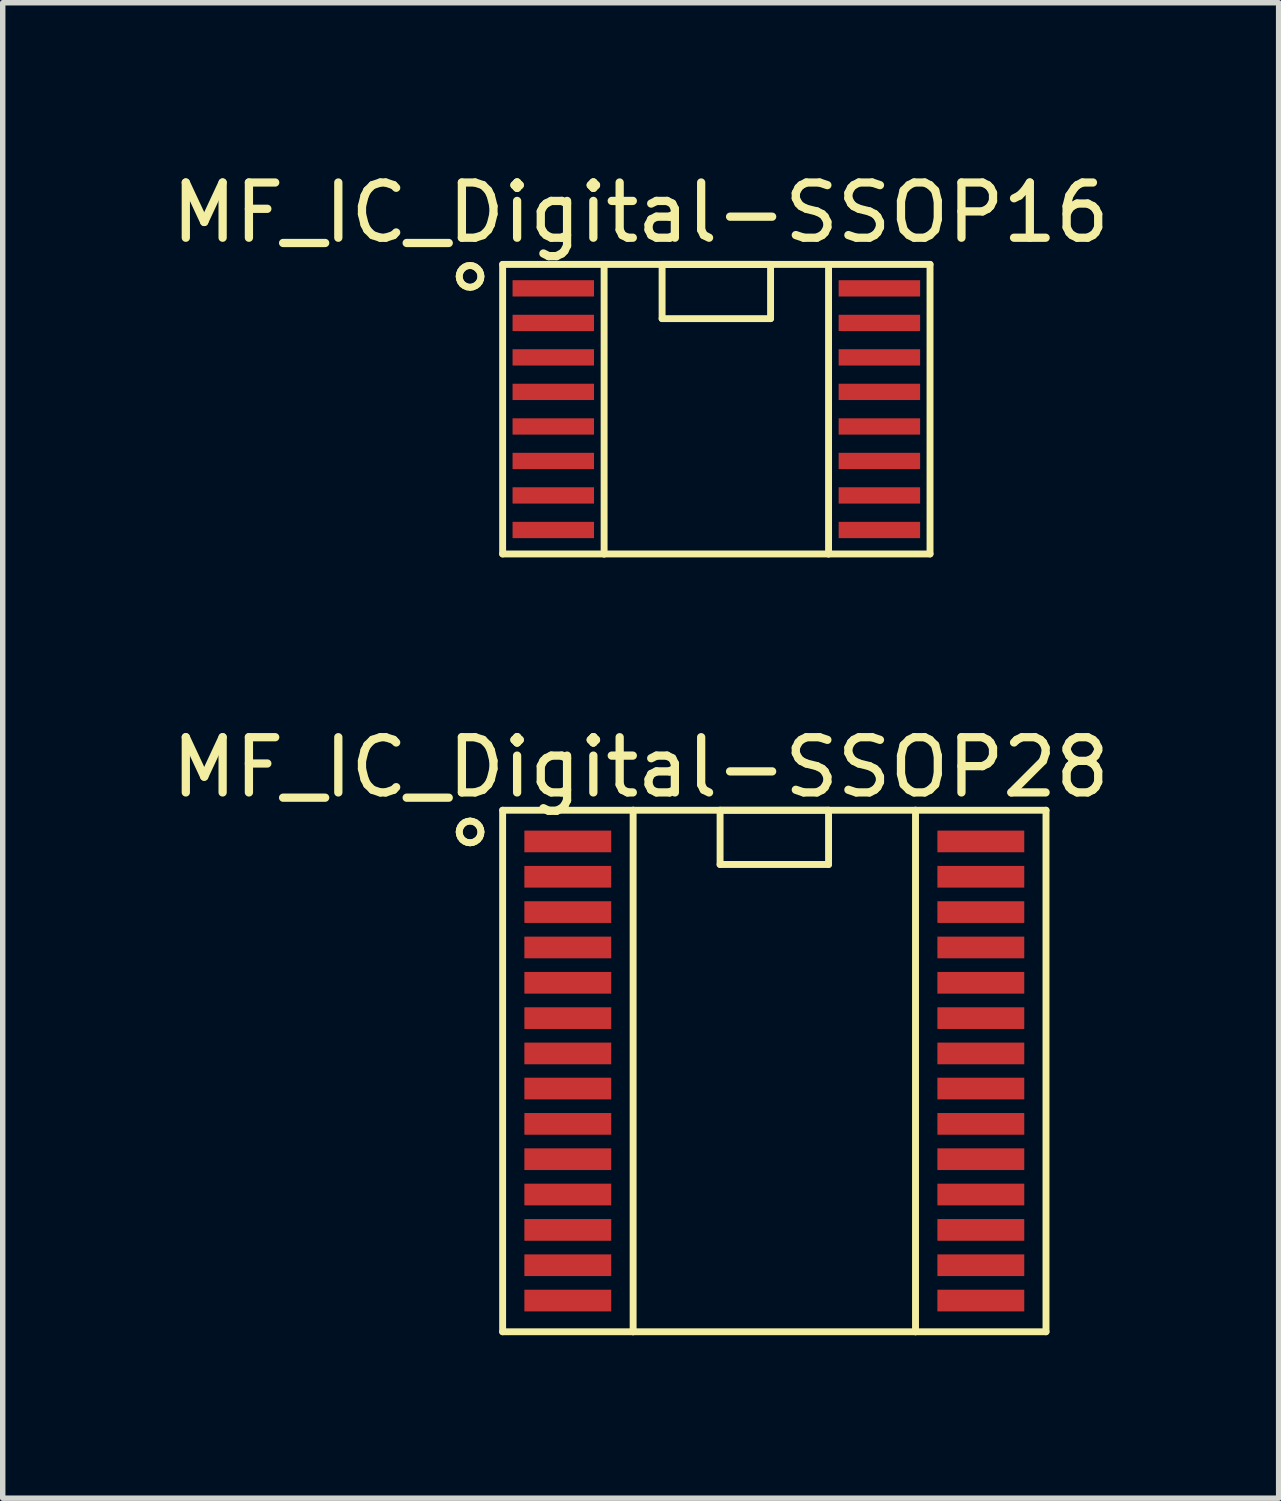
<source format=kicad_pcb>
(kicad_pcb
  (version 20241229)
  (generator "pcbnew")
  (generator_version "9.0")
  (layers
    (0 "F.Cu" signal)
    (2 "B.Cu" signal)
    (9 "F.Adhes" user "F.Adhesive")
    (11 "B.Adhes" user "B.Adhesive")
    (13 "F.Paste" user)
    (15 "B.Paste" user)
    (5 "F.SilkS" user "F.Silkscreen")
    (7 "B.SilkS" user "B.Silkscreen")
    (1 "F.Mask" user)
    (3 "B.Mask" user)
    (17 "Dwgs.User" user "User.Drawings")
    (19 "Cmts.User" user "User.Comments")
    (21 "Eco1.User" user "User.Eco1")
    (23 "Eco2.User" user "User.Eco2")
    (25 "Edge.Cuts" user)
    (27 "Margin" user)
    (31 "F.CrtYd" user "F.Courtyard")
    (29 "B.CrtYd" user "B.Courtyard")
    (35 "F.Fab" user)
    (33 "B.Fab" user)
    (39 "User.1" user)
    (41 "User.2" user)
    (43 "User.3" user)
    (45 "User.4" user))
  (footprint "MF_IC_Digital-SSOP28"
    (layer "F.Cu")
    (at 11.198 16.657)
    (property "Reference" "MF_IC_Digital-SSOP28" (at -2.459 -5.588 0) (layer "F.SilkS") (effects (font (size 1.016 1.016) (thickness 0.152))))
    (attr smd)
    (fp_line (start -5.799 -4.399) (end -5.791 -4.45) (stroke (width 0.127) (type solid)) (layer "F.SilkS"))
    (fp_line (start -5.791 -4.45) (end -5.771 -4.498) (stroke (width 0.127) (type solid)) (layer "F.SilkS"))
    (fp_line (start -5.791 -4.346) (end -5.799 -4.399) (stroke (width 0.127) (type solid)) (layer "F.SilkS"))
    (fp_line (start -5.771 -4.498) (end -5.74 -4.539) (stroke (width 0.127) (type solid)) (layer "F.SilkS"))
    (fp_line (start -5.771 -4.298) (end -5.791 -4.346) (stroke (width 0.127) (type solid)) (layer "F.SilkS"))
    (fp_line (start -5.74 -4.539) (end -5.7 -4.572) (stroke (width 0.127) (type solid)) (layer "F.SilkS"))
    (fp_line (start -5.74 -4.257) (end -5.771 -4.298) (stroke (width 0.127) (type solid)) (layer "F.SilkS"))
    (fp_line (start -5.7 -4.572) (end -5.652 -4.592) (stroke (width 0.127) (type solid)) (layer "F.SilkS"))
    (fp_line (start -5.7 -4.227) (end -5.74 -4.257) (stroke (width 0.127) (type solid)) (layer "F.SilkS"))
    (fp_line (start -5.652 -4.592) (end -5.598 -4.6) (stroke (width 0.127) (type solid)) (layer "F.SilkS"))
    (fp_line (start -5.652 -4.206) (end -5.7 -4.227) (stroke (width 0.127) (type solid)) (layer "F.SilkS"))
    (fp_line (start -5.598 -4.6) (end -5.547 -4.592) (stroke (width 0.127) (type solid)) (layer "F.SilkS"))
    (fp_line (start -5.598 -4.199) (end -5.652 -4.206) (stroke (width 0.127) (type solid)) (layer "F.SilkS"))
    (fp_line (start -5.547 -4.592) (end -5.499 -4.572) (stroke (width 0.127) (type solid)) (layer "F.SilkS"))
    (fp_line (start -5.547 -4.206) (end -5.598 -4.199) (stroke (width 0.127) (type solid)) (layer "F.SilkS"))
    (fp_line (start -5.499 -4.572) (end -5.458 -4.539) (stroke (width 0.127) (type solid)) (layer "F.SilkS"))
    (fp_line (start -5.499 -4.227) (end -5.547 -4.206) (stroke (width 0.127) (type solid)) (layer "F.SilkS"))
    (fp_line (start -5.458 -4.539) (end -5.425 -4.498) (stroke (width 0.127) (type solid)) (layer "F.SilkS"))
    (fp_line (start -5.458 -4.257) (end -5.499 -4.227) (stroke (width 0.127) (type solid)) (layer "F.SilkS"))
    (fp_line (start -5.425 -4.498) (end -5.405 -4.45) (stroke (width 0.127) (type solid)) (layer "F.SilkS"))
    (fp_line (start -5.425 -4.298) (end -5.458 -4.257) (stroke (width 0.127) (type solid)) (layer "F.SilkS"))
    (fp_line (start -5.405 -4.45) (end -5.397 -4.399) (stroke (width 0.127) (type solid)) (layer "F.SilkS"))
    (fp_line (start -5.405 -4.346) (end -5.425 -4.298) (stroke (width 0.127) (type solid)) (layer "F.SilkS"))
    (fp_line (start -5.397 -4.399) (end -5.405 -4.346) (stroke (width 0.127) (type solid)) (layer "F.SilkS"))
    (fp_line (start -4.999 -4.798) (end -2.598 -4.798) (stroke (width 0.127) (type solid)) (layer "F.SilkS"))
    (fp_line (start -4.999 4.798) (end -4.999 -4.798) (stroke (width 0.127) (type solid)) (layer "F.SilkS"))
    (fp_line (start -2.598 -4.798) (end -2.598 4.798) (stroke (width 0.127) (type solid)) (layer "F.SilkS"))
    (fp_line (start -2.598 -4.798) (end 2.598 -4.798) (stroke (width 0.127) (type solid)) (layer "F.SilkS"))
    (fp_line (start -2.598 4.798) (end -4.999 4.798) (stroke (width 0.127) (type solid)) (layer "F.SilkS"))
    (fp_line (start -0.998 -4.798) (end -0.998 -3.8) (stroke (width 0.127) (type solid)) (layer "F.SilkS"))
    (fp_line (start -0.998 -3.8) (end 0.998 -3.8) (stroke (width 0.127) (type solid)) (layer "F.SilkS"))
    (fp_line (start 0.998 -4.798) (end -0.998 -4.798) (stroke (width 0.127) (type solid)) (layer "F.SilkS"))
    (fp_line (start 0.998 -3.8) (end 0.998 -4.798) (stroke (width 0.127) (type solid)) (layer "F.SilkS"))
    (fp_line (start 2.598 -4.798) (end 2.598 4.798) (stroke (width 0.127) (type solid)) (layer "F.SilkS"))
    (fp_line (start 2.598 -4.798) (end 4.999 -4.798) (stroke (width 0.127) (type solid)) (layer "F.SilkS"))
    (fp_line (start 2.598 4.798) (end -2.598 4.798) (stroke (width 0.127) (type solid)) (layer "F.SilkS"))
    (fp_line (start 4.999 -4.798) (end 4.999 4.798) (stroke (width 0.127) (type solid)) (layer "F.SilkS"))
    (fp_line (start 4.999 4.798) (end 2.598 4.798) (stroke (width 0.127) (type solid)) (layer "F.SilkS"))
    (pad "P$1" smd rect (at -3.8 -4.224) (size 1.598 0.399) (layers "F.Cu" "F.Mask" "F.Paste"))
    (pad "P$2" smd rect (at -3.8 -3.574) (size 1.598 0.399) (layers "F.Cu" "F.Mask" "F.Paste"))
    (pad "P$3" smd rect (at -3.8 -2.924) (size 1.598 0.399) (layers "F.Cu" "F.Mask" "F.Paste"))
    (pad "P$4" smd rect (at -3.8 -2.273) (size 1.598 0.399) (layers "F.Cu" "F.Mask" "F.Paste"))
    (pad "P$5" smd rect (at -3.8 -1.623) (size 1.598 0.399) (layers "F.Cu" "F.Mask" "F.Paste"))
    (pad "P$6" smd rect (at -3.8 -0.973) (size 1.598 0.399) (layers "F.Cu" "F.Mask" "F.Paste"))
    (pad "P$7" smd rect (at -3.8 -0.323) (size 1.598 0.399) (layers "F.Cu" "F.Mask" "F.Paste"))
    (pad "P$8" smd rect (at -3.8 0.323) (size 1.598 0.399) (layers "F.Cu" "F.Mask" "F.Paste"))
    (pad "P$9" smd rect (at -3.8 0.973) (size 1.598 0.399) (layers "F.Cu" "F.Mask" "F.Paste"))
    (pad "P$10" smd rect (at -3.8 1.623) (size 1.598 0.399) (layers "F.Cu" "F.Mask" "F.Paste"))
    (pad "P$11" smd rect (at -3.8 2.273) (size 1.598 0.399) (layers "F.Cu" "F.Mask" "F.Paste"))
    (pad "P$12" smd rect (at -3.8 2.924) (size 1.598 0.399) (layers "F.Cu" "F.Mask" "F.Paste"))
    (pad "P$13" smd rect (at -3.8 3.574) (size 1.598 0.399) (layers "F.Cu" "F.Mask" "F.Paste"))
    (pad "P$14" smd rect (at -3.8 4.224) (size 1.598 0.399) (layers "F.Cu" "F.Mask" "F.Paste"))
    (pad "P$15" smd rect (at 3.8 4.224 180) (size 1.598 0.399) (layers "F.Cu" "F.Mask" "F.Paste"))
    (pad "P$16" smd rect (at 3.8 3.574 180) (size 1.598 0.399) (layers "F.Cu" "F.Mask" "F.Paste"))
    (pad "P$17" smd rect (at 3.8 2.924 180) (size 1.598 0.399) (layers "F.Cu" "F.Mask" "F.Paste"))
    (pad "P$18" smd rect (at 3.8 2.273 180) (size 1.598 0.399) (layers "F.Cu" "F.Mask" "F.Paste"))
    (pad "P$19" smd rect (at 3.8 1.623 180) (size 1.598 0.399) (layers "F.Cu" "F.Mask" "F.Paste"))
    (pad "P$20" smd rect (at 3.8 0.973 180) (size 1.598 0.399) (layers "F.Cu" "F.Mask" "F.Paste"))
    (pad "P$21" smd rect (at 3.8 0.323 180) (size 1.598 0.399) (layers "F.Cu" "F.Mask" "F.Paste"))
    (pad "P$22" smd rect (at 3.8 -0.323 180) (size 1.598 0.399) (layers "F.Cu" "F.Mask" "F.Paste"))
    (pad "P$23" smd rect (at 3.8 -0.973 180) (size 1.598 0.399) (layers "F.Cu" "F.Mask" "F.Paste"))
    (pad "P$24" smd rect (at 3.8 -1.623 180) (size 1.598 0.399) (layers "F.Cu" "F.Mask" "F.Paste"))
    (pad "P$25" smd rect (at 3.8 -2.273 180) (size 1.598 0.399) (layers "F.Cu" "F.Mask" "F.Paste"))
    (pad "P$26" smd rect (at 3.8 -2.924 180) (size 1.598 0.399) (layers "F.Cu" "F.Mask" "F.Paste"))
    (pad "P$27" smd rect (at 3.8 -3.574 180) (size 1.598 0.399) (layers "F.Cu" "F.Mask" "F.Paste"))
    (pad "P$28" smd rect (at 3.8 -4.224 180) (size 1.598 0.399) (layers "F.Cu" "F.Mask" "F.Paste")))
  (footprint "MF_IC_Digital-SSOP16"
    (layer "F.Cu")
    (at 10.131 4.479)
    (property "Reference" "MF_IC_Digital-SSOP16" (at -1.392 -3.617 0) (layer "F.SilkS") (effects (font (size 1.016 1.016) (thickness 0.152))))
    (attr smd)
    (fp_line (start -4.732 -2.443) (end -4.724 -2.494) (stroke (width 0.127) (type solid)) (layer "F.SilkS"))
    (fp_line (start -4.724 -2.494) (end -4.704 -2.543) (stroke (width 0.127) (type solid)) (layer "F.SilkS"))
    (fp_line (start -4.724 -2.39) (end -4.732 -2.443) (stroke (width 0.127) (type solid)) (layer "F.SilkS"))
    (fp_line (start -4.704 -2.543) (end -4.674 -2.583) (stroke (width 0.127) (type solid)) (layer "F.SilkS"))
    (fp_line (start -4.704 -2.342) (end -4.724 -2.39) (stroke (width 0.127) (type solid)) (layer "F.SilkS"))
    (fp_line (start -4.674 -2.583) (end -4.633 -2.616) (stroke (width 0.127) (type solid)) (layer "F.SilkS"))
    (fp_line (start -4.674 -2.301) (end -4.704 -2.342) (stroke (width 0.127) (type solid)) (layer "F.SilkS"))
    (fp_line (start -4.633 -2.616) (end -4.585 -2.637) (stroke (width 0.127) (type solid)) (layer "F.SilkS"))
    (fp_line (start -4.633 -2.271) (end -4.674 -2.301) (stroke (width 0.127) (type solid)) (layer "F.SilkS"))
    (fp_line (start -4.585 -2.637) (end -4.531 -2.644) (stroke (width 0.127) (type solid)) (layer "F.SilkS"))
    (fp_line (start -4.585 -2.25) (end -4.633 -2.271) (stroke (width 0.127) (type solid)) (layer "F.SilkS"))
    (fp_line (start -4.531 -2.644) (end -4.481 -2.637) (stroke (width 0.127) (type solid)) (layer "F.SilkS"))
    (fp_line (start -4.531 -2.243) (end -4.585 -2.25) (stroke (width 0.127) (type solid)) (layer "F.SilkS"))
    (fp_line (start -4.481 -2.637) (end -4.432 -2.616) (stroke (width 0.127) (type solid)) (layer "F.SilkS"))
    (fp_line (start -4.481 -2.25) (end -4.531 -2.243) (stroke (width 0.127) (type solid)) (layer "F.SilkS"))
    (fp_line (start -4.432 -2.616) (end -4.392 -2.583) (stroke (width 0.127) (type solid)) (layer "F.SilkS"))
    (fp_line (start -4.432 -2.271) (end -4.481 -2.25) (stroke (width 0.127) (type solid)) (layer "F.SilkS"))
    (fp_line (start -4.392 -2.583) (end -4.359 -2.543) (stroke (width 0.127) (type solid)) (layer "F.SilkS"))
    (fp_line (start -4.392 -2.301) (end -4.432 -2.271) (stroke (width 0.127) (type solid)) (layer "F.SilkS"))
    (fp_line (start -4.359 -2.543) (end -4.338 -2.494) (stroke (width 0.127) (type solid)) (layer "F.SilkS"))
    (fp_line (start -4.359 -2.342) (end -4.392 -2.301) (stroke (width 0.127) (type solid)) (layer "F.SilkS"))
    (fp_line (start -4.338 -2.494) (end -4.331 -2.443) (stroke (width 0.127) (type solid)) (layer "F.SilkS"))
    (fp_line (start -4.338 -2.39) (end -4.359 -2.342) (stroke (width 0.127) (type solid)) (layer "F.SilkS"))
    (fp_line (start -4.331 -2.443) (end -4.338 -2.39) (stroke (width 0.127) (type solid)) (layer "F.SilkS"))
    (fp_line (start -3.932 -2.664) (end -2.065 -2.664) (stroke (width 0.127) (type solid)) (layer "F.SilkS"))
    (fp_line (start -3.932 2.664) (end -3.932 -2.664) (stroke (width 0.127) (type solid)) (layer "F.SilkS"))
    (fp_line (start -2.065 -2.664) (end -2.065 2.664) (stroke (width 0.127) (type solid)) (layer "F.SilkS"))
    (fp_line (start -2.065 -2.664) (end 2.065 -2.664) (stroke (width 0.127) (type solid)) (layer "F.SilkS"))
    (fp_line (start -2.065 2.664) (end -3.932 2.664) (stroke (width 0.127) (type solid)) (layer "F.SilkS"))
    (fp_line (start -0.998 -2.664) (end -0.998 -1.666) (stroke (width 0.127) (type solid)) (layer "F.SilkS"))
    (fp_line (start -0.998 -1.666) (end 0.998 -1.666) (stroke (width 0.127) (type solid)) (layer "F.SilkS"))
    (fp_line (start 0.998 -2.664) (end -0.998 -2.664) (stroke (width 0.127) (type solid)) (layer "F.SilkS"))
    (fp_line (start 0.998 -1.666) (end 0.998 -2.664) (stroke (width 0.127) (type solid)) (layer "F.SilkS"))
    (fp_line (start 2.065 -2.664) (end 2.065 2.664) (stroke (width 0.127) (type solid)) (layer "F.SilkS"))
    (fp_line (start 2.065 -2.664) (end 3.932 -2.664) (stroke (width 0.127) (type solid)) (layer "F.SilkS"))
    (fp_line (start 2.065 2.664) (end -2.065 2.664) (stroke (width 0.127) (type solid)) (layer "F.SilkS"))
    (fp_line (start 3.932 -2.664) (end 3.932 2.664) (stroke (width 0.127) (type solid)) (layer "F.SilkS"))
    (fp_line (start 3.932 2.664) (end 2.065 2.664) (stroke (width 0.127) (type solid)) (layer "F.SilkS"))
    (pad "1" smd rect (at -3 -2.223 270) (size 0.3 1.499) (layers "F.Cu" "F.Mask" "F.Paste"))
    (pad "2" smd rect (at -3 -1.587 270) (size 0.3 1.499) (layers "F.Cu" "F.Mask" "F.Paste"))
    (pad "3" smd rect (at -3 -0.953 270) (size 0.3 1.499) (layers "F.Cu" "F.Mask" "F.Paste"))
    (pad "4" smd rect (at -3 -0.318 270) (size 0.3 1.499) (layers "F.Cu" "F.Mask" "F.Paste"))
    (pad "5" smd rect (at -3 0.318 270) (size 0.3 1.499) (layers "F.Cu" "F.Mask" "F.Paste"))
    (pad "6" smd rect (at -3 0.953 270) (size 0.3 1.499) (layers "F.Cu" "F.Mask" "F.Paste"))
    (pad "7" smd rect (at -3 1.587 270) (size 0.3 1.499) (layers "F.Cu" "F.Mask" "F.Paste"))
    (pad "8" smd rect (at -3 2.223 270) (size 0.3 1.499) (layers "F.Cu" "F.Mask" "F.Paste"))
    (pad "9" smd rect (at 3 2.223 90) (size 0.3 1.499) (layers "F.Cu" "F.Mask" "F.Paste"))
    (pad "10" smd rect (at 3 1.587 90) (size 0.3 1.499) (layers "F.Cu" "F.Mask" "F.Paste"))
    (pad "11" smd rect (at 3 0.953 90) (size 0.3 1.499) (layers "F.Cu" "F.Mask" "F.Paste"))
    (pad "12" smd rect (at 3 0.318 90) (size 0.3 1.499) (layers "F.Cu" "F.Mask" "F.Paste"))
    (pad "13" smd rect (at 3 -0.318 90) (size 0.3 1.499) (layers "F.Cu" "F.Mask" "F.Paste"))
    (pad "14" smd rect (at 3 -0.953 90) (size 0.3 1.499) (layers "F.Cu" "F.Mask" "F.Paste"))
    (pad "15" smd rect (at 3 -1.587 90) (size 0.3 1.499) (layers "F.Cu" "F.Mask" "F.Paste"))
    (pad "16" smd rect (at 3 -2.223 90) (size 0.3 1.499) (layers "F.Cu" "F.Mask" "F.Paste")))
  (gr_rect
    (start -3 -3)
    (end 20.478 24.518)
    (stroke (width 0.1) (type default))
    (fill no)
    (layer "Edge.Cuts")))
</source>
